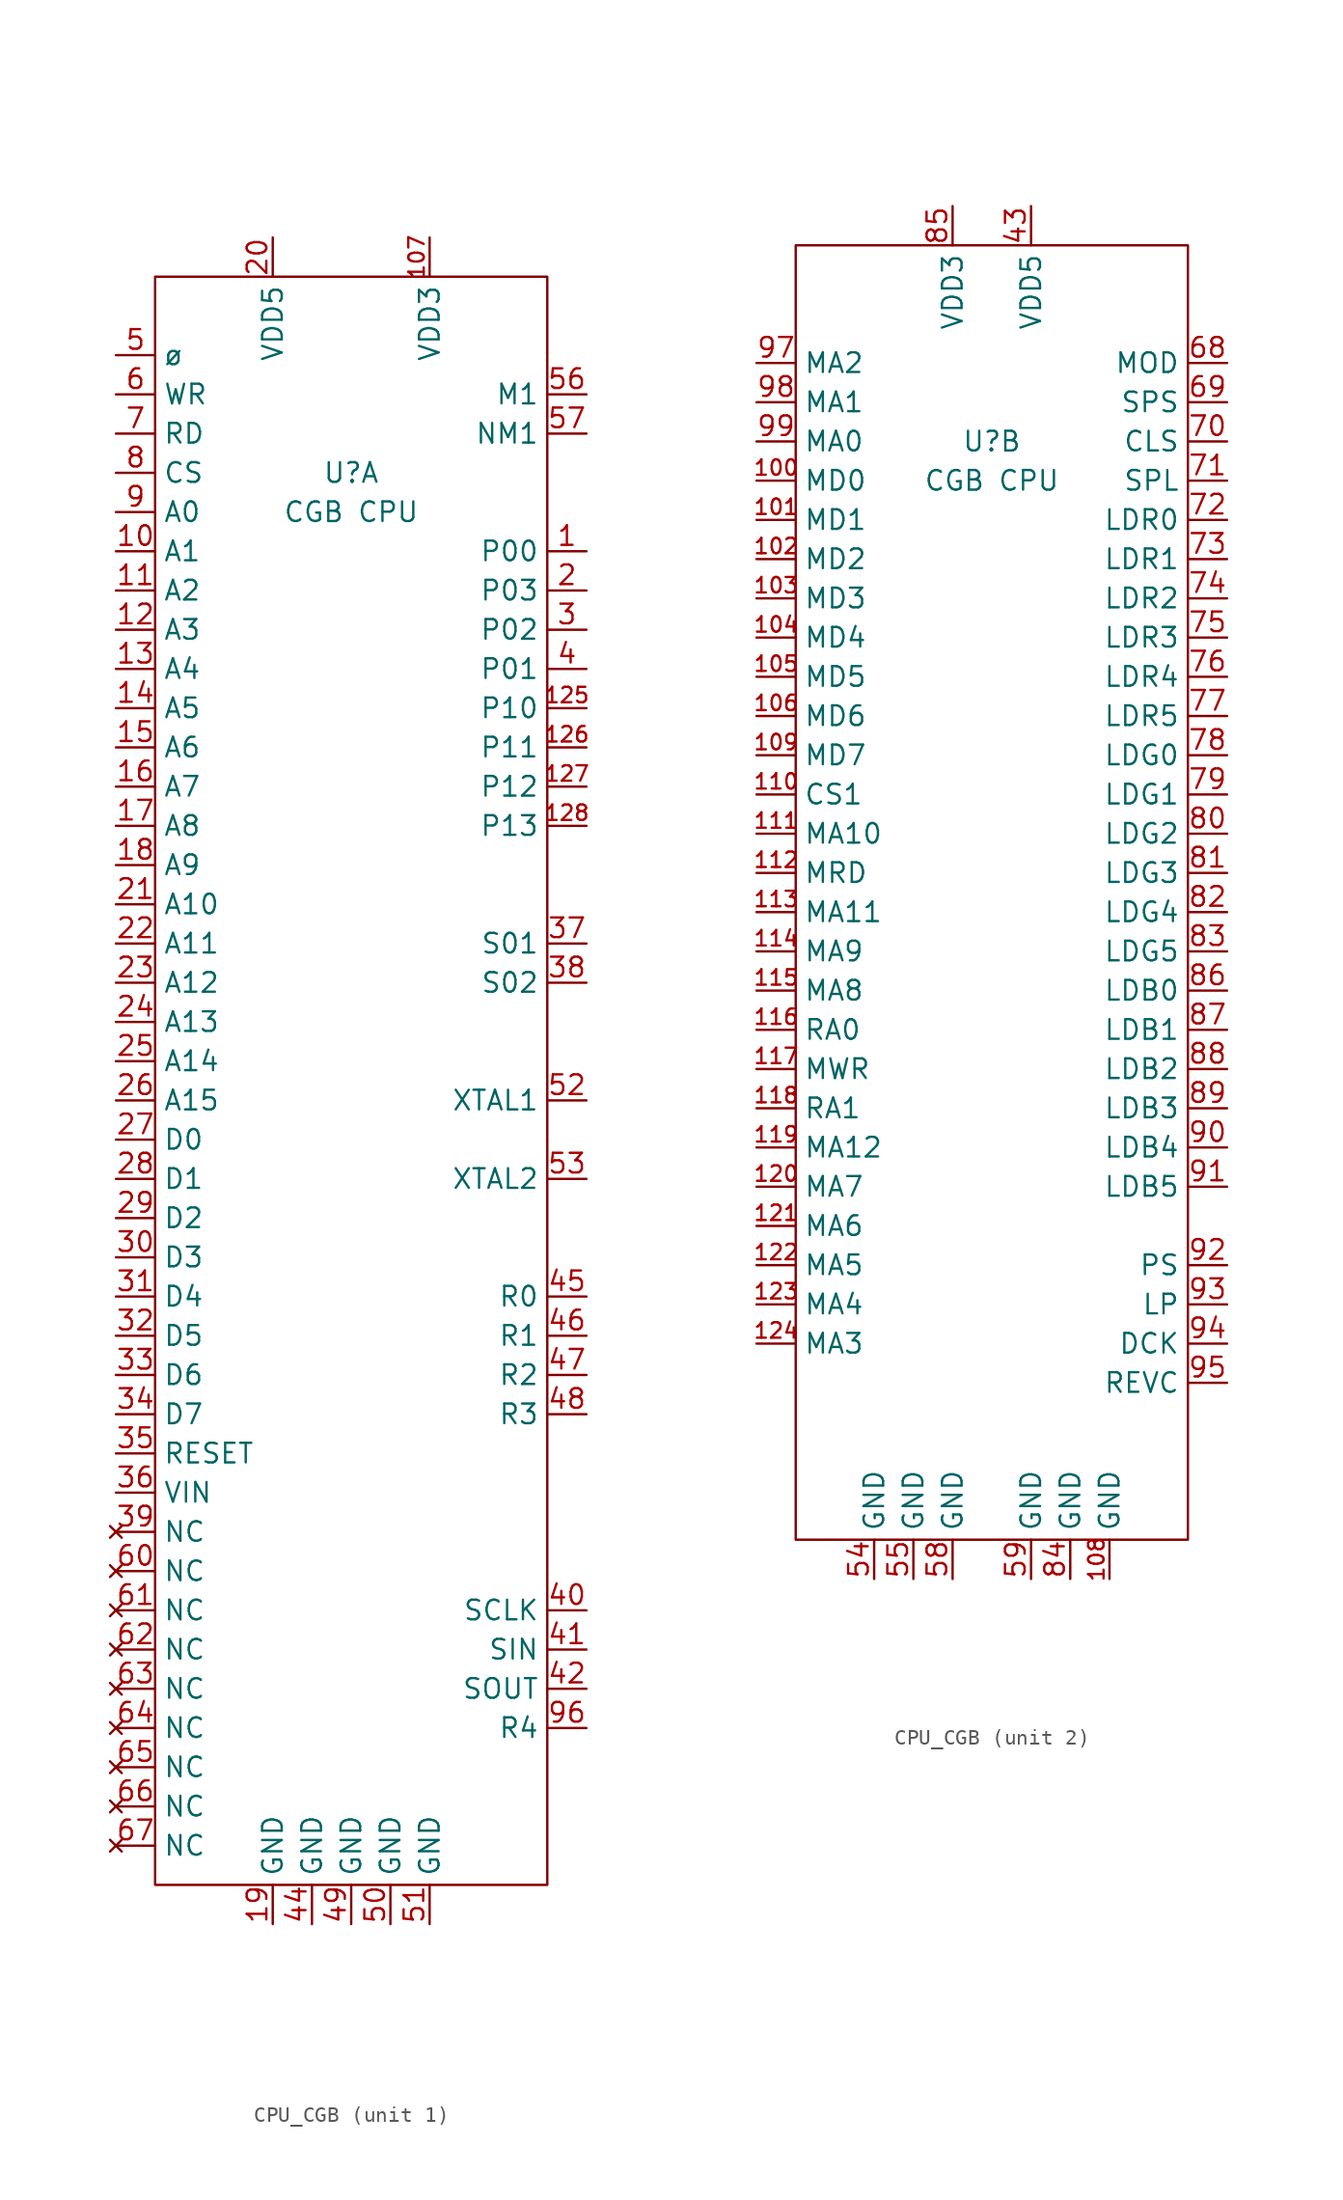
<source format=kicad_sym>
(kicad_symbol_lib
  (version 20220914)
  (generator kicad_symbol_editor)
  (symbol "CPU_CGB"
    (property "Reference" "U"
      (at 0 -12.7 0)
      (effects (font (size 1.27 1.27))))
    (property "Value" "CGB CPU"
      (at 0 -15.24 0)
      (effects (font (size 1.27 1.27))))
    (property "ki_locked" ""
      (at 0 0 0)
      (effects (font (size 1.27 1.27))))
    (symbol "CPU_CGB_1_0"
      (pin unspecified line (at 15.24 -17.78 180) (length 2.54) (name "P00" (effects (font (size 1.27 1.27)))) (number "1" (effects (font (size 1.27 1.27)))))
      (pin unspecified line (at -15.24 -17.78 0) (length 2.54) (name "A1" (effects (font (size 1.27 1.27)))) (number "10" (effects (font (size 1.27 1.27)))))
      (pin unspecified line (at 5.08 2.54 270) (length 2.54) (name "VDD3" (effects (font (size 1.27 1.27)))) (number "107" (effects (font (size 1 1)))))
      (pin unspecified line (at -15.24 -20.32 0) (length 2.54) (name "A2" (effects (font (size 1.27 1.27)))) (number "11" (effects (font (size 1.27 1.27)))))
      (pin unspecified line (at -15.24 -22.86 0) (length 2.54) (name "A3" (effects (font (size 1.27 1.27)))) (number "12" (effects (font (size 1.27 1.27)))))
      (pin unspecified line (at 15.24 -27.94 180) (length 2.54) (name "P10" (effects (font (size 1.27 1.27)))) (number "125" (effects (font (size 1 1)))))
      (pin unspecified line (at 15.24 -30.48 180) (length 2.54) (name "P11" (effects (font (size 1.27 1.27)))) (number "126" (effects (font (size 1 1)))))
      (pin unspecified line (at 15.24 -33.02 180) (length 2.54) (name "P12" (effects (font (size 1.27 1.27)))) (number "127" (effects (font (size 1 1)))))
      (pin unspecified line (at 15.24 -35.56 180) (length 2.54) (name "P13" (effects (font (size 1.27 1.27)))) (number "128" (effects (font (size 1 1)))))
      (pin unspecified line (at -15.24 -25.4 0) (length 2.54) (name "A4" (effects (font (size 1.27 1.27)))) (number "13" (effects (font (size 1.27 1.27)))))
      (pin unspecified line (at -15.24 -27.94 0) (length 2.54) (name "A5" (effects (font (size 1.27 1.27)))) (number "14" (effects (font (size 1.27 1.27)))))
      (pin unspecified line (at -15.24 -30.48 0) (length 2.54) (name "A6" (effects (font (size 1.27 1.27)))) (number "15" (effects (font (size 1.27 1.27)))))
      (pin unspecified line (at -15.24 -33.02 0) (length 2.54) (name "A7" (effects (font (size 1.27 1.27)))) (number "16" (effects (font (size 1.27 1.27)))))
      (pin unspecified line (at -15.24 -35.56 0) (length 2.54) (name "A8" (effects (font (size 1.27 1.27)))) (number "17" (effects (font (size 1.27 1.27)))))
      (pin unspecified line (at -15.24 -38.1 0) (length 2.54) (name "A9" (effects (font (size 1.27 1.27)))) (number "18" (effects (font (size 1.27 1.27)))))
      (pin unspecified line (at -5.08 -106.68 90) (length 2.54) (name "GND" (effects (font (size 1.27 1.27)))) (number "19" (effects (font (size 1.27 1.27)))))
      (pin unspecified line (at 15.24 -20.32 180) (length 2.54) (name "P03" (effects (font (size 1.27 1.27)))) (number "2" (effects (font (size 1.27 1.27)))))
      (pin unspecified line (at -5.08 2.54 270) (length 2.54) (name "VDD5" (effects (font (size 1.27 1.27)))) (number "20" (effects (font (size 1.27 1.27)))))
      (pin unspecified line (at -15.24 -40.64 0) (length 2.54) (name "A10" (effects (font (size 1.27 1.27)))) (number "21" (effects (font (size 1.27 1.27)))))
      (pin unspecified line (at -15.24 -43.18 0) (length 2.54) (name "A11" (effects (font (size 1.27 1.27)))) (number "22" (effects (font (size 1.27 1.27)))))
      (pin unspecified line (at -15.24 -45.72 0) (length 2.54) (name "A12" (effects (font (size 1.27 1.27)))) (number "23" (effects (font (size 1.27 1.27)))))
      (pin unspecified line (at -15.24 -48.26 0) (length 2.54) (name "A13" (effects (font (size 1.27 1.27)))) (number "24" (effects (font (size 1.27 1.27)))))
      (pin unspecified line (at -15.24 -50.8 0) (length 2.54) (name "A14" (effects (font (size 1.27 1.27)))) (number "25" (effects (font (size 1.27 1.27)))))
      (pin unspecified line (at -15.24 -53.34 0) (length 2.54) (name "A15" (effects (font (size 1.27 1.27)))) (number "26" (effects (font (size 1.27 1.27)))))
      (pin unspecified line (at -15.24 -55.88 0) (length 2.54) (name "D0" (effects (font (size 1.27 1.27)))) (number "27" (effects (font (size 1.27 1.27)))))
      (pin unspecified line (at -15.24 -58.42 0) (length 2.54) (name "D1" (effects (font (size 1.27 1.27)))) (number "28" (effects (font (size 1.27 1.27)))))
      (pin unspecified line (at -15.24 -60.96 0) (length 2.54) (name "D2" (effects (font (size 1.27 1.27)))) (number "29" (effects (font (size 1.27 1.27)))))
      (pin unspecified line (at 15.24 -22.86 180) (length 2.54) (name "P02" (effects (font (size 1.27 1.27)))) (number "3" (effects (font (size 1.27 1.27)))))
      (pin unspecified line (at -15.24 -63.5 0) (length 2.54) (name "D3" (effects (font (size 1.27 1.27)))) (number "30" (effects (font (size 1.27 1.27)))))
      (pin unspecified line (at -15.24 -66.04 0) (length 2.54) (name "D4" (effects (font (size 1.27 1.27)))) (number "31" (effects (font (size 1.27 1.27)))))
      (pin unspecified line (at -15.24 -68.58 0) (length 2.54) (name "D5" (effects (font (size 1.27 1.27)))) (number "32" (effects (font (size 1.27 1.27)))))
      (pin unspecified line (at -15.24 -71.12 0) (length 2.54) (name "D6" (effects (font (size 1.27 1.27)))) (number "33" (effects (font (size 1.27 1.27)))))
      (pin unspecified line (at -15.24 -73.66 0) (length 2.54) (name "D7" (effects (font (size 1.27 1.27)))) (number "34" (effects (font (size 1.27 1.27)))))
      (pin unspecified line (at -15.24 -76.2 0) (length 2.54) (name "RESET" (effects (font (size 1.27 1.27)))) (number "35" (effects (font (size 1.27 1.27)))))
      (pin unspecified line (at -15.24 -78.74 0) (length 2.54) (name "VIN" (effects (font (size 1.27 1.27)))) (number "36" (effects (font (size 1.27 1.27)))))
      (pin unspecified line (at 15.24 -43.18 180) (length 2.54) (name "S01" (effects (font (size 1.27 1.27)))) (number "37" (effects (font (size 1.27 1.27)))))
      (pin unspecified line (at 15.24 -45.72 180) (length 2.54) (name "S02" (effects (font (size 1.27 1.27)))) (number "38" (effects (font (size 1.27 1.27)))))
      (pin no_connect line (at -15.24 -81.28 0) (length 2.54) (name "NC" (effects (font (size 1.27 1.27)))) (number "39" (effects (font (size 1.27 1.27)))))
      (pin unspecified line (at 15.24 -25.4 180) (length 2.54) (name "P01" (effects (font (size 1.27 1.27)))) (number "4" (effects (font (size 1.27 1.27)))))
      (pin unspecified line (at 15.24 -86.36 180) (length 2.54) (name "SCLK" (effects (font (size 1.27 1.27)))) (number "40" (effects (font (size 1.27 1.27)))))
      (pin unspecified line (at 15.24 -88.9 180) (length 2.54) (name "SIN" (effects (font (size 1.27 1.27)))) (number "41" (effects (font (size 1.27 1.27)))))
      (pin unspecified line (at 15.24 -91.44 180) (length 2.54) (name "SOUT" (effects (font (size 1.27 1.27)))) (number "42" (effects (font (size 1.27 1.27)))))
      (pin unspecified line (at -2.54 -106.68 90) (length 2.54) (name "GND" (effects (font (size 1.27 1.27)))) (number "44" (effects (font (size 1.27 1.27)))))
      (pin unspecified line (at 15.24 -66.04 180) (length 2.54) (name "R0" (effects (font (size 1.27 1.27)))) (number "45" (effects (font (size 1.27 1.27)))))
      (pin unspecified line (at 15.24 -68.58 180) (length 2.54) (name "R1" (effects (font (size 1.27 1.27)))) (number "46" (effects (font (size 1.27 1.27)))))
      (pin unspecified line (at 15.24 -71.12 180) (length 2.54) (name "R2" (effects (font (size 1.27 1.27)))) (number "47" (effects (font (size 1.27 1.27)))))
      (pin unspecified line (at 15.24 -73.66 180) (length 2.54) (name "R3" (effects (font (size 1.27 1.27)))) (number "48" (effects (font (size 1.27 1.27)))))
      (pin unspecified line (at 0 -106.68 90) (length 2.54) (name "GND" (effects (font (size 1.27 1.27)))) (number "49" (effects (font (size 1.27 1.27)))))
      (pin unspecified line (at -15.24 -5.08 0) (length 2.54) (name "ø" (effects (font (size 1.27 1.27)))) (number "5" (effects (font (size 1.27 1.27)))))
      (pin unspecified line (at 2.54 -106.68 90) (length 2.54) (name "GND" (effects (font (size 1.27 1.27)))) (number "50" (effects (font (size 1.27 1.27)))))
      (pin unspecified line (at 5.08 -106.68 90) (length 2.54) (name "GND" (effects (font (size 1.27 1.27)))) (number "51" (effects (font (size 1.27 1.27)))))
      (pin unspecified line (at 15.24 -53.34 180) (length 2.54) (name "XTAL1" (effects (font (size 1.27 1.27)))) (number "52" (effects (font (size 1.27 1.27)))))
      (pin unspecified line (at 15.24 -58.42 180) (length 2.54) (name "XTAL2" (effects (font (size 1.27 1.27)))) (number "53" (effects (font (size 1.27 1.27)))))
      (pin unspecified line (at 15.24 -7.62 180) (length 2.54) (name "M1" (effects (font (size 1.27 1.27)))) (number "56" (effects (font (size 1.27 1.27)))))
      (pin unspecified line (at 15.24 -10.16 180) (length 2.54) (name "NM1" (effects (font (size 1.27 1.27)))) (number "57" (effects (font (size 1.27 1.27)))))
      (pin unspecified line (at -15.24 -7.62 0) (length 2.54) (name "WR" (effects (font (size 1.27 1.27)))) (number "6" (effects (font (size 1.27 1.27)))))
      (pin no_connect line (at -15.24 -83.82 0) (length 2.54) (name "NC" (effects (font (size 1.27 1.27)))) (number "60" (effects (font (size 1.27 1.27)))))
      (pin no_connect line (at -15.24 -86.36 0) (length 2.54) (name "NC" (effects (font (size 1.27 1.27)))) (number "61" (effects (font (size 1.27 1.27)))))
      (pin no_connect line (at -15.24 -88.9 0) (length 2.54) (name "NC" (effects (font (size 1.27 1.27)))) (number "62" (effects (font (size 1.27 1.27)))))
      (pin no_connect line (at -15.24 -91.44 0) (length 2.54) (name "NC" (effects (font (size 1.27 1.27)))) (number "63" (effects (font (size 1.27 1.27)))))
      (pin no_connect line (at -15.24 -93.98 0) (length 2.54) (name "NC" (effects (font (size 1.27 1.27)))) (number "64" (effects (font (size 1.27 1.27)))))
      (pin no_connect line (at -15.24 -96.52 0) (length 2.54) (name "NC" (effects (font (size 1.27 1.27)))) (number "65" (effects (font (size 1.27 1.27)))))
      (pin no_connect line (at -15.24 -99.06 0) (length 2.54) (name "NC" (effects (font (size 1.27 1.27)))) (number "66" (effects (font (size 1.27 1.27)))))
      (pin no_connect line (at -15.24 -101.6 0) (length 2.54) (name "NC" (effects (font (size 1.27 1.27)))) (number "67" (effects (font (size 1.27 1.27)))))
      (pin unspecified line (at -15.24 -10.16 0) (length 2.54) (name "RD" (effects (font (size 1.27 1.27)))) (number "7" (effects (font (size 1.27 1.27)))))
      (pin unspecified line (at -15.24 -12.7 0) (length 2.54) (name "CS" (effects (font (size 1.27 1.27)))) (number "8" (effects (font (size 1.27 1.27)))))
      (pin unspecified line (at -15.24 -15.24 0) (length 2.54) (name "A0" (effects (font (size 1.27 1.27)))) (number "9" (effects (font (size 1.27 1.27)))))
      (pin unspecified line (at 15.24 -93.98 180) (length 2.54) (name "R4" (effects (font (size 1.27 1.27)))) (number "96" (effects (font (size 1.27 1.27))))))
    (symbol "CPU_CGB_1_1"
      (rectangle (start -12.7 0) (end 12.7 -104.14) (stroke (width 0) (type default)) (fill (type none))))
    (symbol "CPU_CGB_2_0"
      (pin unspecified line (at -15.24 -15.24 0) (length 2.54) (name "MD0" (effects (font (size 1.27 1.27)))) (number "100" (effects (font (size 1 1)))))
      (pin unspecified line (at -15.24 -17.78 0) (length 2.54) (name "MD1" (effects (font (size 1.27 1.27)))) (number "101" (effects (font (size 1 1)))))
      (pin unspecified line (at -15.24 -20.32 0) (length 2.54) (name "MD2" (effects (font (size 1.27 1.27)))) (number "102" (effects (font (size 1 1)))))
      (pin unspecified line (at -15.24 -22.86 0) (length 2.54) (name "MD3" (effects (font (size 1.27 1.27)))) (number "103" (effects (font (size 1 1)))))
      (pin unspecified line (at -15.24 -25.4 0) (length 2.54) (name "MD4" (effects (font (size 1.27 1.27)))) (number "104" (effects (font (size 1 1)))))
      (pin unspecified line (at -15.24 -27.94 0) (length 2.54) (name "MD5" (effects (font (size 1.27 1.27)))) (number "105" (effects (font (size 1 1)))))
      (pin unspecified line (at -15.24 -30.48 0) (length 2.54) (name "MD6" (effects (font (size 1.27 1.27)))) (number "106" (effects (font (size 1 1)))))
      (pin unspecified line (at 7.62 -86.36 90) (length 2.54) (name "GND" (effects (font (size 1.27 1.27)))) (number "108" (effects (font (size 1 1)))))
      (pin unspecified line (at -15.24 -33.02 0) (length 2.54) (name "MD7" (effects (font (size 1.27 1.27)))) (number "109" (effects (font (size 1 1)))))
      (pin unspecified line (at -15.24 -35.56 0) (length 2.54) (name "CS1" (effects (font (size 1.27 1.27)))) (number "110" (effects (font (size 1 1)))))
      (pin unspecified line (at -15.24 -38.1 0) (length 2.54) (name "MA10" (effects (font (size 1.27 1.27)))) (number "111" (effects (font (size 1 1)))))
      (pin unspecified line (at -15.24 -40.64 0) (length 2.54) (name "MRD" (effects (font (size 1.27 1.27)))) (number "112" (effects (font (size 1 1)))))
      (pin unspecified line (at -15.24 -43.18 0) (length 2.54) (name "MA11" (effects (font (size 1.27 1.27)))) (number "113" (effects (font (size 1 1)))))
      (pin unspecified line (at -15.24 -45.72 0) (length 2.54) (name "MA9" (effects (font (size 1.27 1.27)))) (number "114" (effects (font (size 1 1)))))
      (pin unspecified line (at -15.24 -48.26 0) (length 2.54) (name "MA8" (effects (font (size 1.27 1.27)))) (number "115" (effects (font (size 1 1)))))
      (pin unspecified line (at -15.24 -50.8 0) (length 2.54) (name "RA0" (effects (font (size 1.27 1.27)))) (number "116" (effects (font (size 1 1)))))
      (pin unspecified line (at -15.24 -53.34 0) (length 2.54) (name "MWR" (effects (font (size 1.27 1.27)))) (number "117" (effects (font (size 1 1)))))
      (pin unspecified line (at -15.24 -55.88 0) (length 2.54) (name "RA1" (effects (font (size 1.27 1.27)))) (number "118" (effects (font (size 1 1)))))
      (pin unspecified line (at -15.24 -58.42 0) (length 2.54) (name "MA12" (effects (font (size 1.27 1.27)))) (number "119" (effects (font (size 1 1)))))
      (pin unspecified line (at -15.24 -60.96 0) (length 2.54) (name "MA7" (effects (font (size 1.27 1.27)))) (number "120" (effects (font (size 1 1)))))
      (pin unspecified line (at -15.24 -63.5 0) (length 2.54) (name "MA6" (effects (font (size 1.27 1.27)))) (number "121" (effects (font (size 1 1)))))
      (pin unspecified line (at -15.24 -66.04 0) (length 2.54) (name "MA5" (effects (font (size 1.27 1.27)))) (number "122" (effects (font (size 1 1)))))
      (pin unspecified line (at -15.24 -68.58 0) (length 2.54) (name "MA4" (effects (font (size 1.27 1.27)))) (number "123" (effects (font (size 1 1)))))
      (pin unspecified line (at -15.24 -71.12 0) (length 2.54) (name "MA3" (effects (font (size 1.27 1.27)))) (number "124" (effects (font (size 1 1)))))
      (pin unspecified line (at 2.54 2.54 270) (length 2.54) (name "VDD5" (effects (font (size 1.27 1.27)))) (number "43" (effects (font (size 1.27 1.27)))))
      (pin unspecified line (at -7.62 -86.36 90) (length 2.54) (name "GND" (effects (font (size 1.27 1.27)))) (number "54" (effects (font (size 1.27 1.27)))))
      (pin unspecified line (at -5.08 -86.36 90) (length 2.54) (name "GND" (effects (font (size 1.27 1.27)))) (number "55" (effects (font (size 1.27 1.27)))))
      (pin unspecified line (at -2.54 -86.36 90) (length 2.54) (name "GND" (effects (font (size 1.27 1.27)))) (number "58" (effects (font (size 1.27 1.27)))))
      (pin unspecified line (at 2.54 -86.36 90) (length 2.54) (name "GND" (effects (font (size 1.27 1.27)))) (number "59" (effects (font (size 1.27 1.27)))))
      (pin unspecified line (at 15.24 -7.62 180) (length 2.54) (name "MOD" (effects (font (size 1.27 1.27)))) (number "68" (effects (font (size 1.27 1.27)))))
      (pin unspecified line (at 15.24 -10.16 180) (length 2.54) (name "SPS" (effects (font (size 1.27 1.27)))) (number "69" (effects (font (size 1.27 1.27)))))
      (pin unspecified line (at 15.24 -12.7 180) (length 2.54) (name "CLS" (effects (font (size 1.27 1.27)))) (number "70" (effects (font (size 1.27 1.27)))))
      (pin unspecified line (at 15.24 -15.24 180) (length 2.54) (name "SPL" (effects (font (size 1.27 1.27)))) (number "71" (effects (font (size 1.27 1.27)))))
      (pin unspecified line (at 15.24 -17.78 180) (length 2.54) (name "LDR0" (effects (font (size 1.27 1.27)))) (number "72" (effects (font (size 1.27 1.27)))))
      (pin unspecified line (at 15.24 -20.32 180) (length 2.54) (name "LDR1" (effects (font (size 1.27 1.27)))) (number "73" (effects (font (size 1.27 1.27)))))
      (pin unspecified line (at 15.24 -22.86 180) (length 2.54) (name "LDR2" (effects (font (size 1.27 1.27)))) (number "74" (effects (font (size 1.27 1.27)))))
      (pin unspecified line (at 15.24 -25.4 180) (length 2.54) (name "LDR3" (effects (font (size 1.27 1.27)))) (number "75" (effects (font (size 1.27 1.27)))))
      (pin unspecified line (at 15.24 -27.94 180) (length 2.54) (name "LDR4" (effects (font (size 1.27 1.27)))) (number "76" (effects (font (size 1.27 1.27)))))
      (pin unspecified line (at 15.24 -30.48 180) (length 2.54) (name "LDR5" (effects (font (size 1.27 1.27)))) (number "77" (effects (font (size 1.27 1.27)))))
      (pin unspecified line (at 15.24 -33.02 180) (length 2.54) (name "LDG0" (effects (font (size 1.27 1.27)))) (number "78" (effects (font (size 1.27 1.27)))))
      (pin unspecified line (at 15.24 -35.56 180) (length 2.54) (name "LDG1" (effects (font (size 1.27 1.27)))) (number "79" (effects (font (size 1.27 1.27)))))
      (pin unspecified line (at 15.24 -38.1 180) (length 2.54) (name "LDG2" (effects (font (size 1.27 1.27)))) (number "80" (effects (font (size 1.27 1.27)))))
      (pin unspecified line (at 15.24 -40.64 180) (length 2.54) (name "LDG3" (effects (font (size 1.27 1.27)))) (number "81" (effects (font (size 1.27 1.27)))))
      (pin unspecified line (at 15.24 -43.18 180) (length 2.54) (name "LDG4" (effects (font (size 1.27 1.27)))) (number "82" (effects (font (size 1.27 1.27)))))
      (pin unspecified line (at 15.24 -45.72 180) (length 2.54) (name "LDG5" (effects (font (size 1.27 1.27)))) (number "83" (effects (font (size 1.27 1.27)))))
      (pin unspecified line (at 5.08 -86.36 90) (length 2.54) (name "GND" (effects (font (size 1.27 1.27)))) (number "84" (effects (font (size 1.27 1.27)))))
      (pin unspecified line (at -2.54 2.54 270) (length 2.54) (name "VDD3" (effects (font (size 1.27 1.27)))) (number "85" (effects (font (size 1.27 1.27)))))
      (pin unspecified line (at 15.24 -48.26 180) (length 2.54) (name "LDB0" (effects (font (size 1.27 1.27)))) (number "86" (effects (font (size 1.27 1.27)))))
      (pin unspecified line (at 15.24 -50.8 180) (length 2.54) (name "LDB1" (effects (font (size 1.27 1.27)))) (number "87" (effects (font (size 1.27 1.27)))))
      (pin unspecified line (at 15.24 -53.34 180) (length 2.54) (name "LDB2" (effects (font (size 1.27 1.27)))) (number "88" (effects (font (size 1.27 1.27)))))
      (pin unspecified line (at 15.24 -55.88 180) (length 2.54) (name "LDB3" (effects (font (size 1.27 1.27)))) (number "89" (effects (font (size 1.27 1.27)))))
      (pin unspecified line (at 15.24 -58.42 180) (length 2.54) (name "LDB4" (effects (font (size 1.27 1.27)))) (number "90" (effects (font (size 1.27 1.27)))))
      (pin unspecified line (at 15.24 -60.96 180) (length 2.54) (name "LDB5" (effects (font (size 1.27 1.27)))) (number "91" (effects (font (size 1.27 1.27)))))
      (pin unspecified line (at 15.24 -66.04 180) (length 2.54) (name "PS" (effects (font (size 1.27 1.27)))) (number "92" (effects (font (size 1.27 1.27)))))
      (pin unspecified line (at 15.24 -68.58 180) (length 2.54) (name "LP" (effects (font (size 1.27 1.27)))) (number "93" (effects (font (size 1.27 1.27)))))
      (pin unspecified line (at 15.24 -71.12 180) (length 2.54) (name "DCK" (effects (font (size 1.27 1.27)))) (number "94" (effects (font (size 1.27 1.27)))))
      (pin unspecified line (at 15.24 -73.66 180) (length 2.54) (name "REVC" (effects (font (size 1.27 1.27)))) (number "95" (effects (font (size 1.27 1.27)))))
      (pin unspecified line (at -15.24 -7.62 0) (length 2.54) (name "MA2" (effects (font (size 1.27 1.27)))) (number "97" (effects (font (size 1.27 1.27)))))
      (pin unspecified line (at -15.24 -10.16 0) (length 2.54) (name "MA1" (effects (font (size 1.27 1.27)))) (number "98" (effects (font (size 1.27 1.27)))))
      (pin unspecified line (at -15.24 -12.7 0) (length 2.54) (name "MA0" (effects (font (size 1.27 1.27)))) (number "99" (effects (font (size 1.27 1.27))))))
    (symbol "CPU_CGB_2_1"
      (rectangle (start -12.7 0) (end 12.7 -83.82) (stroke (width 0) (type default)) (fill (type none))))))
</source>
